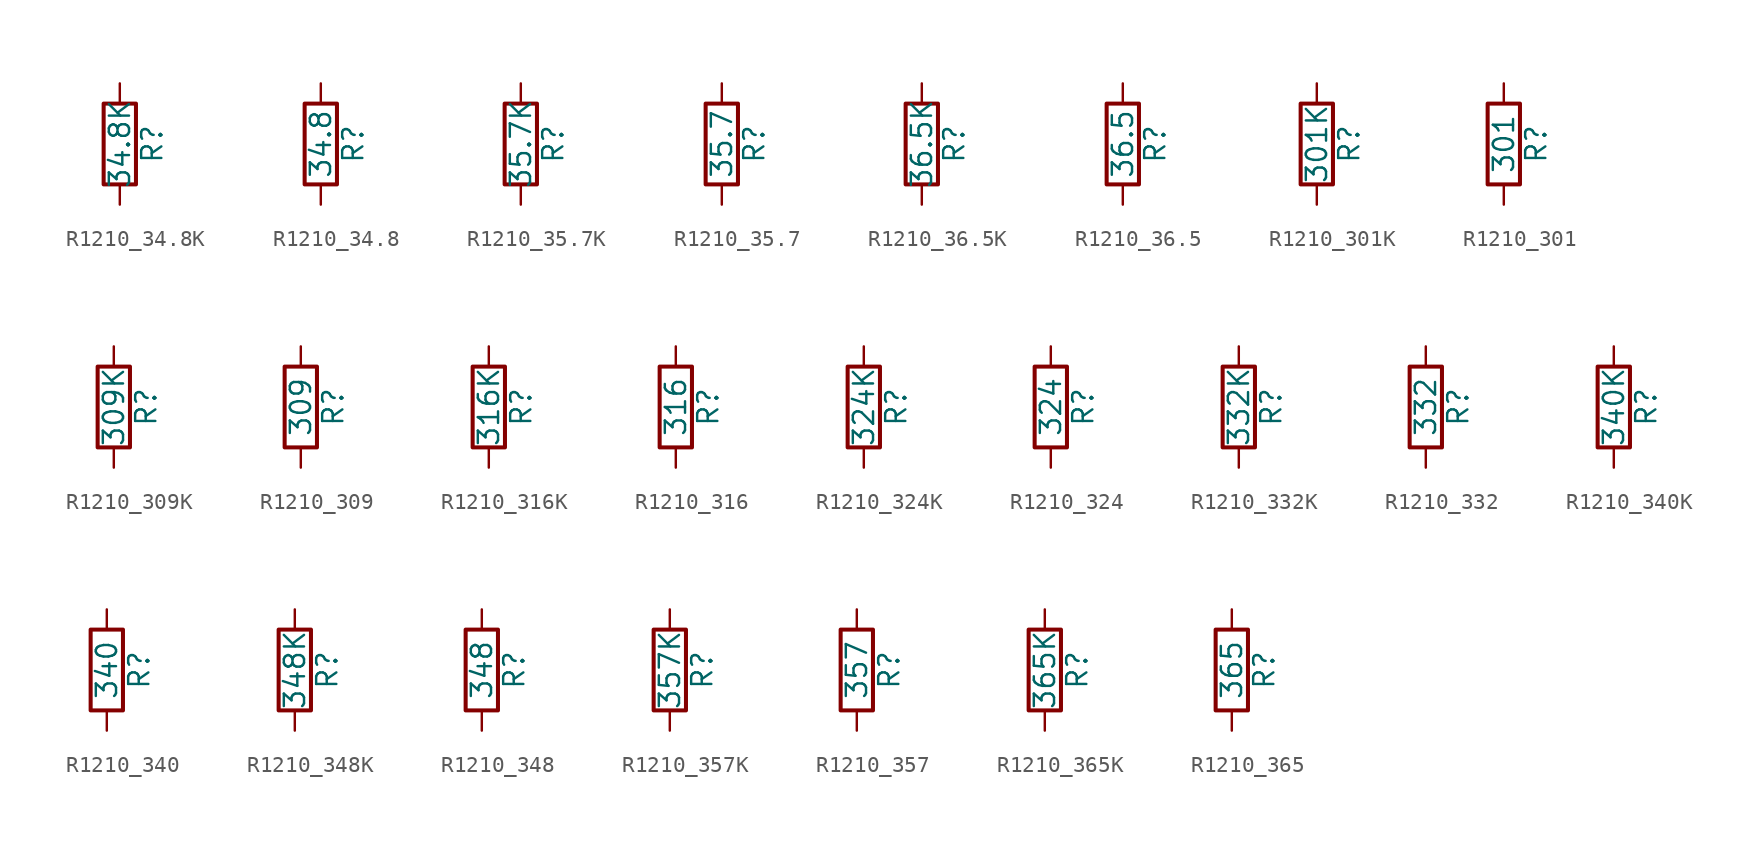
<source format=kicad_sym>
(kicad_symbol_lib
  (version 20211014)
  (generator atlantix-eda)
  (symbol "R1210_34.8K"
    (pin_numbers hide)
    (pin_names
      (offset 0))
    (property "Reference" "R"
      (at 2.032 0 90)
      (effects (font (size 1.27 1.27))))
    (property "Value" "34.8K"
      (at 0 0 90)
      (effects (font (size 1.27 1.27))))
    (symbol "R1210_34.8K_0_1"
      (rectangle (start -1.016 -2.54) (end 1.016 2.54) (stroke (width 0.254) (type default) (color 0 0 0 0)) (fill (type none))))
    (symbol "R1210_34.8K_1_1"
      (pin passive line (at 0 3.81 270) (length 1.27) (name "~" (effects (font (size 1.27 1.27)))) (number "1" (effects (font (size 1.27 1.27)))))
      (pin passive line (at 0 -3.81 90) (length 1.27) (name "~" (effects (font (size 1.27 1.27)))) (number "2" (effects (font (size 1.27 1.27)))))))
  (symbol "R1210_34.8"
    (pin_numbers hide)
    (pin_names
      (offset 0))
    (property "Reference" "R"
      (at 2.032 0 90)
      (effects (font (size 1.27 1.27))))
    (property "Value" "34.8"
      (at 0 0 90)
      (effects (font (size 1.27 1.27))))
    (symbol "R1210_34.8_0_1"
      (rectangle (start -1.016 -2.54) (end 1.016 2.54) (stroke (width 0.254) (type default) (color 0 0 0 0)) (fill (type none))))
    (symbol "R1210_34.8_1_1"
      (pin passive line (at 0 3.81 270) (length 1.27) (name "~" (effects (font (size 1.27 1.27)))) (number "1" (effects (font (size 1.27 1.27)))))
      (pin passive line (at 0 -3.81 90) (length 1.27) (name "~" (effects (font (size 1.27 1.27)))) (number "2" (effects (font (size 1.27 1.27)))))))
  (symbol "R1210_35.7K"
    (pin_numbers hide)
    (pin_names
      (offset 0))
    (property "Reference" "R"
      (at 2.032 0 90)
      (effects (font (size 1.27 1.27))))
    (property "Value" "35.7K"
      (at 0 0 90)
      (effects (font (size 1.27 1.27))))
    (symbol "R1210_35.7K_0_1"
      (rectangle (start -1.016 -2.54) (end 1.016 2.54) (stroke (width 0.254) (type default) (color 0 0 0 0)) (fill (type none))))
    (symbol "R1210_35.7K_1_1"
      (pin passive line (at 0 3.81 270) (length 1.27) (name "~" (effects (font (size 1.27 1.27)))) (number "1" (effects (font (size 1.27 1.27)))))
      (pin passive line (at 0 -3.81 90) (length 1.27) (name "~" (effects (font (size 1.27 1.27)))) (number "2" (effects (font (size 1.27 1.27)))))))
  (symbol "R1210_35.7"
    (pin_numbers hide)
    (pin_names
      (offset 0))
    (property "Reference" "R"
      (at 2.032 0 90)
      (effects (font (size 1.27 1.27))))
    (property "Value" "35.7"
      (at 0 0 90)
      (effects (font (size 1.27 1.27))))
    (symbol "R1210_35.7_0_1"
      (rectangle (start -1.016 -2.54) (end 1.016 2.54) (stroke (width 0.254) (type default) (color 0 0 0 0)) (fill (type none))))
    (symbol "R1210_35.7_1_1"
      (pin passive line (at 0 3.81 270) (length 1.27) (name "~" (effects (font (size 1.27 1.27)))) (number "1" (effects (font (size 1.27 1.27)))))
      (pin passive line (at 0 -3.81 90) (length 1.27) (name "~" (effects (font (size 1.27 1.27)))) (number "2" (effects (font (size 1.27 1.27)))))))
  (symbol "R1210_36.5K"
    (pin_numbers hide)
    (pin_names
      (offset 0))
    (property "Reference" "R"
      (at 2.032 0 90)
      (effects (font (size 1.27 1.27))))
    (property "Value" "36.5K"
      (at 0 0 90)
      (effects (font (size 1.27 1.27))))
    (symbol "R1210_36.5K_0_1"
      (rectangle (start -1.016 -2.54) (end 1.016 2.54) (stroke (width 0.254) (type default) (color 0 0 0 0)) (fill (type none))))
    (symbol "R1210_36.5K_1_1"
      (pin passive line (at 0 3.81 270) (length 1.27) (name "~" (effects (font (size 1.27 1.27)))) (number "1" (effects (font (size 1.27 1.27)))))
      (pin passive line (at 0 -3.81 90) (length 1.27) (name "~" (effects (font (size 1.27 1.27)))) (number "2" (effects (font (size 1.27 1.27)))))))
  (symbol "R1210_36.5"
    (pin_numbers hide)
    (pin_names
      (offset 0))
    (property "Reference" "R"
      (at 2.032 0 90)
      (effects (font (size 1.27 1.27))))
    (property "Value" "36.5"
      (at 0 0 90)
      (effects (font (size 1.27 1.27))))
    (symbol "R1210_36.5_0_1"
      (rectangle (start -1.016 -2.54) (end 1.016 2.54) (stroke (width 0.254) (type default) (color 0 0 0 0)) (fill (type none))))
    (symbol "R1210_36.5_1_1"
      (pin passive line (at 0 3.81 270) (length 1.27) (name "~" (effects (font (size 1.27 1.27)))) (number "1" (effects (font (size 1.27 1.27)))))
      (pin passive line (at 0 -3.81 90) (length 1.27) (name "~" (effects (font (size 1.27 1.27)))) (number "2" (effects (font (size 1.27 1.27)))))))
  (symbol "R1210_301K"
    (pin_numbers hide)
    (pin_names
      (offset 0))
    (property "Reference" "R"
      (at 2.032 0 90)
      (effects (font (size 1.27 1.27))))
    (property "Value" "301K"
      (at 0 0 90)
      (effects (font (size 1.27 1.27))))
    (symbol "R1210_301K_0_1"
      (rectangle (start -1.016 -2.54) (end 1.016 2.54) (stroke (width 0.254) (type default) (color 0 0 0 0)) (fill (type none))))
    (symbol "R1210_301K_1_1"
      (pin passive line (at 0 3.81 270) (length 1.27) (name "~" (effects (font (size 1.27 1.27)))) (number "1" (effects (font (size 1.27 1.27)))))
      (pin passive line (at 0 -3.81 90) (length 1.27) (name "~" (effects (font (size 1.27 1.27)))) (number "2" (effects (font (size 1.27 1.27)))))))
  (symbol "R1210_301"
    (pin_numbers hide)
    (pin_names
      (offset 0))
    (property "Reference" "R"
      (at 2.032 0 90)
      (effects (font (size 1.27 1.27))))
    (property "Value" "301"
      (at 0 0 90)
      (effects (font (size 1.27 1.27))))
    (symbol "R1210_301_0_1"
      (rectangle (start -1.016 -2.54) (end 1.016 2.54) (stroke (width 0.254) (type default) (color 0 0 0 0)) (fill (type none))))
    (symbol "R1210_301_1_1"
      (pin passive line (at 0 3.81 270) (length 1.27) (name "~" (effects (font (size 1.27 1.27)))) (number "1" (effects (font (size 1.27 1.27)))))
      (pin passive line (at 0 -3.81 90) (length 1.27) (name "~" (effects (font (size 1.27 1.27)))) (number "2" (effects (font (size 1.27 1.27)))))))
  (symbol "R1210_309K"
    (pin_numbers hide)
    (pin_names
      (offset 0))
    (property "Reference" "R"
      (at 2.032 0 90)
      (effects (font (size 1.27 1.27))))
    (property "Value" "309K"
      (at 0 0 90)
      (effects (font (size 1.27 1.27))))
    (symbol "R1210_309K_0_1"
      (rectangle (start -1.016 -2.54) (end 1.016 2.54) (stroke (width 0.254) (type default) (color 0 0 0 0)) (fill (type none))))
    (symbol "R1210_309K_1_1"
      (pin passive line (at 0 3.81 270) (length 1.27) (name "~" (effects (font (size 1.27 1.27)))) (number "1" (effects (font (size 1.27 1.27)))))
      (pin passive line (at 0 -3.81 90) (length 1.27) (name "~" (effects (font (size 1.27 1.27)))) (number "2" (effects (font (size 1.27 1.27)))))))
  (symbol "R1210_309"
    (pin_numbers hide)
    (pin_names
      (offset 0))
    (property "Reference" "R"
      (at 2.032 0 90)
      (effects (font (size 1.27 1.27))))
    (property "Value" "309"
      (at 0 0 90)
      (effects (font (size 1.27 1.27))))
    (symbol "R1210_309_0_1"
      (rectangle (start -1.016 -2.54) (end 1.016 2.54) (stroke (width 0.254) (type default) (color 0 0 0 0)) (fill (type none))))
    (symbol "R1210_309_1_1"
      (pin passive line (at 0 3.81 270) (length 1.27) (name "~" (effects (font (size 1.27 1.27)))) (number "1" (effects (font (size 1.27 1.27)))))
      (pin passive line (at 0 -3.81 90) (length 1.27) (name "~" (effects (font (size 1.27 1.27)))) (number "2" (effects (font (size 1.27 1.27)))))))
  (symbol "R1210_316K"
    (pin_numbers hide)
    (pin_names
      (offset 0))
    (property "Reference" "R"
      (at 2.032 0 90)
      (effects (font (size 1.27 1.27))))
    (property "Value" "316K"
      (at 0 0 90)
      (effects (font (size 1.27 1.27))))
    (symbol "R1210_316K_0_1"
      (rectangle (start -1.016 -2.54) (end 1.016 2.54) (stroke (width 0.254) (type default) (color 0 0 0 0)) (fill (type none))))
    (symbol "R1210_316K_1_1"
      (pin passive line (at 0 3.81 270) (length 1.27) (name "~" (effects (font (size 1.27 1.27)))) (number "1" (effects (font (size 1.27 1.27)))))
      (pin passive line (at 0 -3.81 90) (length 1.27) (name "~" (effects (font (size 1.27 1.27)))) (number "2" (effects (font (size 1.27 1.27)))))))
  (symbol "R1210_316"
    (pin_numbers hide)
    (pin_names
      (offset 0))
    (property "Reference" "R"
      (at 2.032 0 90)
      (effects (font (size 1.27 1.27))))
    (property "Value" "316"
      (at 0 0 90)
      (effects (font (size 1.27 1.27))))
    (symbol "R1210_316_0_1"
      (rectangle (start -1.016 -2.54) (end 1.016 2.54) (stroke (width 0.254) (type default) (color 0 0 0 0)) (fill (type none))))
    (symbol "R1210_316_1_1"
      (pin passive line (at 0 3.81 270) (length 1.27) (name "~" (effects (font (size 1.27 1.27)))) (number "1" (effects (font (size 1.27 1.27)))))
      (pin passive line (at 0 -3.81 90) (length 1.27) (name "~" (effects (font (size 1.27 1.27)))) (number "2" (effects (font (size 1.27 1.27)))))))
  (symbol "R1210_324K"
    (pin_numbers hide)
    (pin_names
      (offset 0))
    (property "Reference" "R"
      (at 2.032 0 90)
      (effects (font (size 1.27 1.27))))
    (property "Value" "324K"
      (at 0 0 90)
      (effects (font (size 1.27 1.27))))
    (symbol "R1210_324K_0_1"
      (rectangle (start -1.016 -2.54) (end 1.016 2.54) (stroke (width 0.254) (type default) (color 0 0 0 0)) (fill (type none))))
    (symbol "R1210_324K_1_1"
      (pin passive line (at 0 3.81 270) (length 1.27) (name "~" (effects (font (size 1.27 1.27)))) (number "1" (effects (font (size 1.27 1.27)))))
      (pin passive line (at 0 -3.81 90) (length 1.27) (name "~" (effects (font (size 1.27 1.27)))) (number "2" (effects (font (size 1.27 1.27)))))))
  (symbol "R1210_324"
    (pin_numbers hide)
    (pin_names
      (offset 0))
    (property "Reference" "R"
      (at 2.032 0 90)
      (effects (font (size 1.27 1.27))))
    (property "Value" "324"
      (at 0 0 90)
      (effects (font (size 1.27 1.27))))
    (symbol "R1210_324_0_1"
      (rectangle (start -1.016 -2.54) (end 1.016 2.54) (stroke (width 0.254) (type default) (color 0 0 0 0)) (fill (type none))))
    (symbol "R1210_324_1_1"
      (pin passive line (at 0 3.81 270) (length 1.27) (name "~" (effects (font (size 1.27 1.27)))) (number "1" (effects (font (size 1.27 1.27)))))
      (pin passive line (at 0 -3.81 90) (length 1.27) (name "~" (effects (font (size 1.27 1.27)))) (number "2" (effects (font (size 1.27 1.27)))))))
  (symbol "R1210_332K"
    (pin_numbers hide)
    (pin_names
      (offset 0))
    (property "Reference" "R"
      (at 2.032 0 90)
      (effects (font (size 1.27 1.27))))
    (property "Value" "332K"
      (at 0 0 90)
      (effects (font (size 1.27 1.27))))
    (symbol "R1210_332K_0_1"
      (rectangle (start -1.016 -2.54) (end 1.016 2.54) (stroke (width 0.254) (type default) (color 0 0 0 0)) (fill (type none))))
    (symbol "R1210_332K_1_1"
      (pin passive line (at 0 3.81 270) (length 1.27) (name "~" (effects (font (size 1.27 1.27)))) (number "1" (effects (font (size 1.27 1.27)))))
      (pin passive line (at 0 -3.81 90) (length 1.27) (name "~" (effects (font (size 1.27 1.27)))) (number "2" (effects (font (size 1.27 1.27)))))))
  (symbol "R1210_332"
    (pin_numbers hide)
    (pin_names
      (offset 0))
    (property "Reference" "R"
      (at 2.032 0 90)
      (effects (font (size 1.27 1.27))))
    (property "Value" "332"
      (at 0 0 90)
      (effects (font (size 1.27 1.27))))
    (symbol "R1210_332_0_1"
      (rectangle (start -1.016 -2.54) (end 1.016 2.54) (stroke (width 0.254) (type default) (color 0 0 0 0)) (fill (type none))))
    (symbol "R1210_332_1_1"
      (pin passive line (at 0 3.81 270) (length 1.27) (name "~" (effects (font (size 1.27 1.27)))) (number "1" (effects (font (size 1.27 1.27)))))
      (pin passive line (at 0 -3.81 90) (length 1.27) (name "~" (effects (font (size 1.27 1.27)))) (number "2" (effects (font (size 1.27 1.27)))))))
  (symbol "R1210_340K"
    (pin_numbers hide)
    (pin_names
      (offset 0))
    (property "Reference" "R"
      (at 2.032 0 90)
      (effects (font (size 1.27 1.27))))
    (property "Value" "340K"
      (at 0 0 90)
      (effects (font (size 1.27 1.27))))
    (symbol "R1210_340K_0_1"
      (rectangle (start -1.016 -2.54) (end 1.016 2.54) (stroke (width 0.254) (type default) (color 0 0 0 0)) (fill (type none))))
    (symbol "R1210_340K_1_1"
      (pin passive line (at 0 3.81 270) (length 1.27) (name "~" (effects (font (size 1.27 1.27)))) (number "1" (effects (font (size 1.27 1.27)))))
      (pin passive line (at 0 -3.81 90) (length 1.27) (name "~" (effects (font (size 1.27 1.27)))) (number "2" (effects (font (size 1.27 1.27)))))))
  (symbol "R1210_340"
    (pin_numbers hide)
    (pin_names
      (offset 0))
    (property "Reference" "R"
      (at 2.032 0 90)
      (effects (font (size 1.27 1.27))))
    (property "Value" "340"
      (at 0 0 90)
      (effects (font (size 1.27 1.27))))
    (symbol "R1210_340_0_1"
      (rectangle (start -1.016 -2.54) (end 1.016 2.54) (stroke (width 0.254) (type default) (color 0 0 0 0)) (fill (type none))))
    (symbol "R1210_340_1_1"
      (pin passive line (at 0 3.81 270) (length 1.27) (name "~" (effects (font (size 1.27 1.27)))) (number "1" (effects (font (size 1.27 1.27)))))
      (pin passive line (at 0 -3.81 90) (length 1.27) (name "~" (effects (font (size 1.27 1.27)))) (number "2" (effects (font (size 1.27 1.27)))))))
  (symbol "R1210_348K"
    (pin_numbers hide)
    (pin_names
      (offset 0))
    (property "Reference" "R"
      (at 2.032 0 90)
      (effects (font (size 1.27 1.27))))
    (property "Value" "348K"
      (at 0 0 90)
      (effects (font (size 1.27 1.27))))
    (symbol "R1210_348K_0_1"
      (rectangle (start -1.016 -2.54) (end 1.016 2.54) (stroke (width 0.254) (type default) (color 0 0 0 0)) (fill (type none))))
    (symbol "R1210_348K_1_1"
      (pin passive line (at 0 3.81 270) (length 1.27) (name "~" (effects (font (size 1.27 1.27)))) (number "1" (effects (font (size 1.27 1.27)))))
      (pin passive line (at 0 -3.81 90) (length 1.27) (name "~" (effects (font (size 1.27 1.27)))) (number "2" (effects (font (size 1.27 1.27)))))))
  (symbol "R1210_348"
    (pin_numbers hide)
    (pin_names
      (offset 0))
    (property "Reference" "R"
      (at 2.032 0 90)
      (effects (font (size 1.27 1.27))))
    (property "Value" "348"
      (at 0 0 90)
      (effects (font (size 1.27 1.27))))
    (symbol "R1210_348_0_1"
      (rectangle (start -1.016 -2.54) (end 1.016 2.54) (stroke (width 0.254) (type default) (color 0 0 0 0)) (fill (type none))))
    (symbol "R1210_348_1_1"
      (pin passive line (at 0 3.81 270) (length 1.27) (name "~" (effects (font (size 1.27 1.27)))) (number "1" (effects (font (size 1.27 1.27)))))
      (pin passive line (at 0 -3.81 90) (length 1.27) (name "~" (effects (font (size 1.27 1.27)))) (number "2" (effects (font (size 1.27 1.27)))))))
  (symbol "R1210_357K"
    (pin_numbers hide)
    (pin_names
      (offset 0))
    (property "Reference" "R"
      (at 2.032 0 90)
      (effects (font (size 1.27 1.27))))
    (property "Value" "357K"
      (at 0 0 90)
      (effects (font (size 1.27 1.27))))
    (symbol "R1210_357K_0_1"
      (rectangle (start -1.016 -2.54) (end 1.016 2.54) (stroke (width 0.254) (type default) (color 0 0 0 0)) (fill (type none))))
    (symbol "R1210_357K_1_1"
      (pin passive line (at 0 3.81 270) (length 1.27) (name "~" (effects (font (size 1.27 1.27)))) (number "1" (effects (font (size 1.27 1.27)))))
      (pin passive line (at 0 -3.81 90) (length 1.27) (name "~" (effects (font (size 1.27 1.27)))) (number "2" (effects (font (size 1.27 1.27)))))))
  (symbol "R1210_357"
    (pin_numbers hide)
    (pin_names
      (offset 0))
    (property "Reference" "R"
      (at 2.032 0 90)
      (effects (font (size 1.27 1.27))))
    (property "Value" "357"
      (at 0 0 90)
      (effects (font (size 1.27 1.27))))
    (symbol "R1210_357_0_1"
      (rectangle (start -1.016 -2.54) (end 1.016 2.54) (stroke (width 0.254) (type default) (color 0 0 0 0)) (fill (type none))))
    (symbol "R1210_357_1_1"
      (pin passive line (at 0 3.81 270) (length 1.27) (name "~" (effects (font (size 1.27 1.27)))) (number "1" (effects (font (size 1.27 1.27)))))
      (pin passive line (at 0 -3.81 90) (length 1.27) (name "~" (effects (font (size 1.27 1.27)))) (number "2" (effects (font (size 1.27 1.27)))))))
  (symbol "R1210_365K"
    (pin_numbers hide)
    (pin_names
      (offset 0))
    (property "Reference" "R"
      (at 2.032 0 90)
      (effects (font (size 1.27 1.27))))
    (property "Value" "365K"
      (at 0 0 90)
      (effects (font (size 1.27 1.27))))
    (symbol "R1210_365K_0_1"
      (rectangle (start -1.016 -2.54) (end 1.016 2.54) (stroke (width 0.254) (type default) (color 0 0 0 0)) (fill (type none))))
    (symbol "R1210_365K_1_1"
      (pin passive line (at 0 3.81 270) (length 1.27) (name "~" (effects (font (size 1.27 1.27)))) (number "1" (effects (font (size 1.27 1.27)))))
      (pin passive line (at 0 -3.81 90) (length 1.27) (name "~" (effects (font (size 1.27 1.27)))) (number "2" (effects (font (size 1.27 1.27)))))))
  (symbol "R1210_365"
    (pin_numbers hide)
    (pin_names
      (offset 0))
    (property "Reference" "R"
      (at 2.032 0 90)
      (effects (font (size 1.27 1.27))))
    (property "Value" "365"
      (at 0 0 90)
      (effects (font (size 1.27 1.27))))
    (symbol "R1210_365_0_1"
      (rectangle (start -1.016 -2.54) (end 1.016 2.54) (stroke (width 0.254) (type default) (color 0 0 0 0)) (fill (type none))))
    (symbol "R1210_365_1_1"
      (pin passive line (at 0 3.81 270) (length 1.27) (name "~" (effects (font (size 1.27 1.27)))) (number "1" (effects (font (size 1.27 1.27)))))
      (pin passive line (at 0 -3.81 90) (length 1.27) (name "~" (effects (font (size 1.27 1.27)))) (number "2" (effects (font (size 1.27 1.27))))))))
</source>
